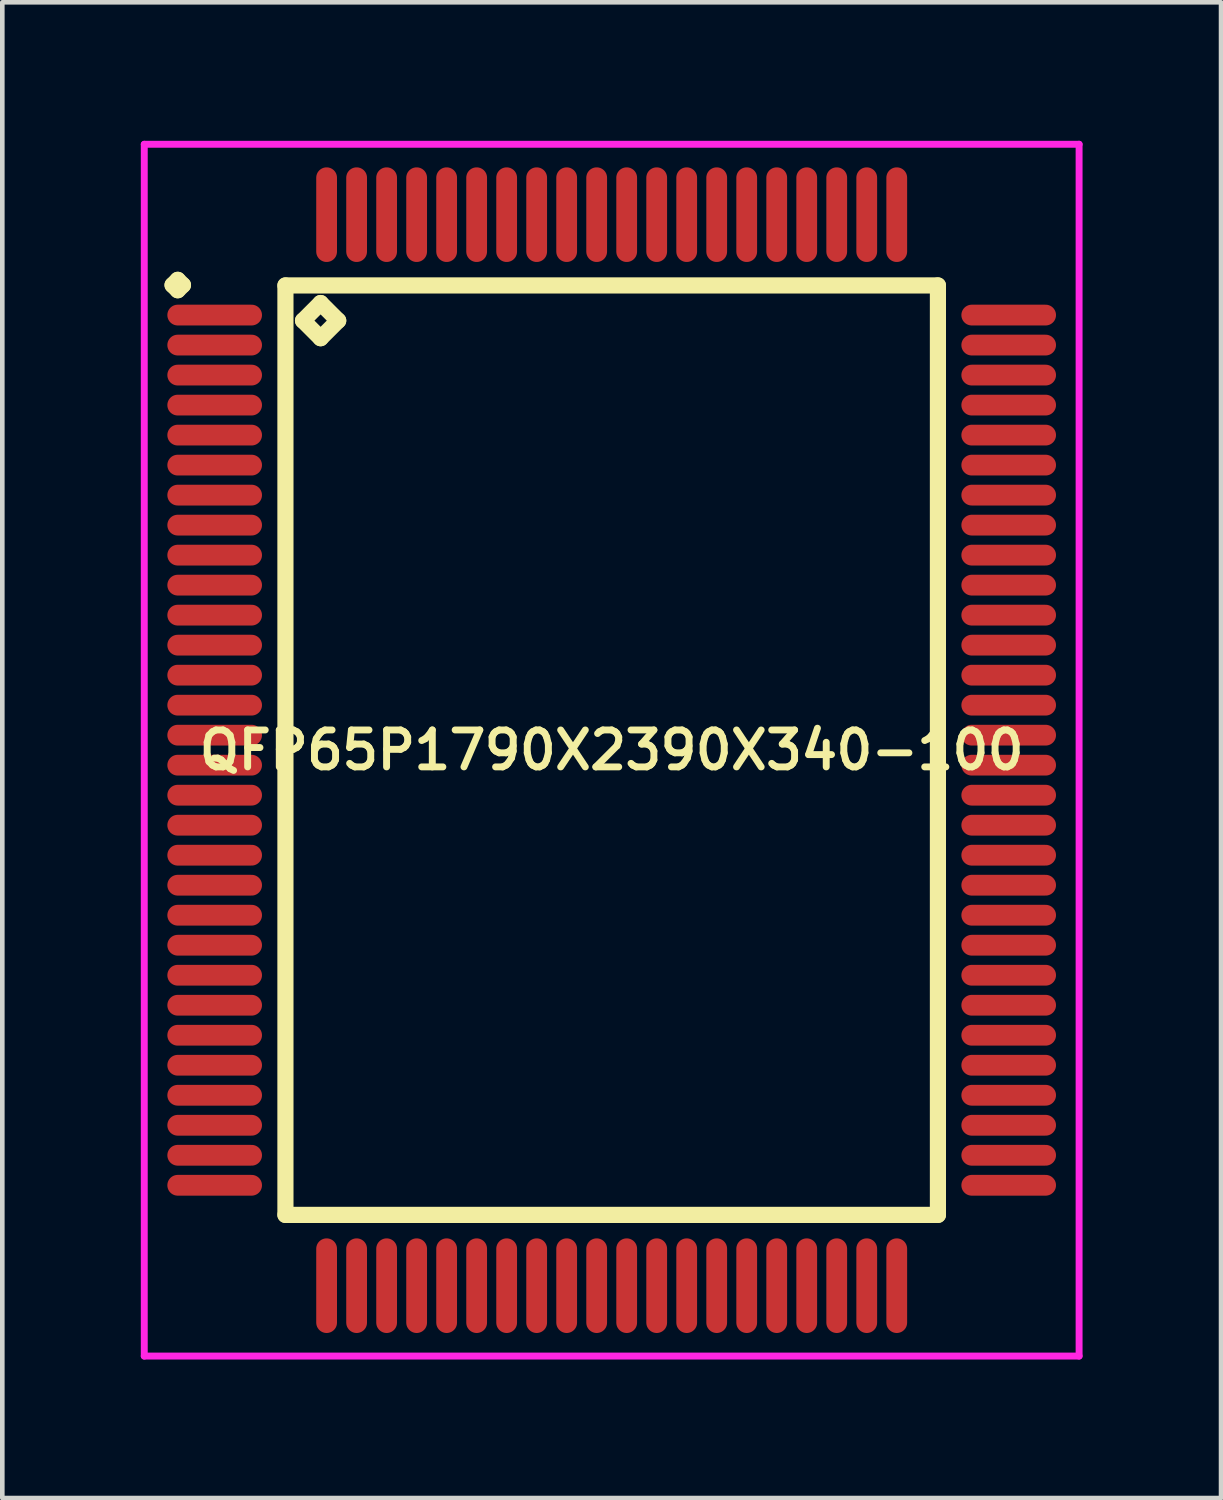
<source format=kicad_pcb>
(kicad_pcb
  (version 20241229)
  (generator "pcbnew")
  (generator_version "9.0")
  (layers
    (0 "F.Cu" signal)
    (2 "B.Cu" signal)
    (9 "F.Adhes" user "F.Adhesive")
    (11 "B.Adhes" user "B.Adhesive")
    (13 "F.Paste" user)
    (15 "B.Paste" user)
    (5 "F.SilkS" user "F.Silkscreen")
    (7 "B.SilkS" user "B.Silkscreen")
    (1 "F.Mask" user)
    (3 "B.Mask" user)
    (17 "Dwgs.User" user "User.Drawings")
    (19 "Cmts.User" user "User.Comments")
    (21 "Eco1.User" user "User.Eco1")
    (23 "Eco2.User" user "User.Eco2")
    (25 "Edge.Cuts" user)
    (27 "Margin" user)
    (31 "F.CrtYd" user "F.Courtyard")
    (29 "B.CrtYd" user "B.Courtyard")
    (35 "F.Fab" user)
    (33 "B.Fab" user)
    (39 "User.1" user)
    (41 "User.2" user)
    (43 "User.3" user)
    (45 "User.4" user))
  (footprint "QFP65P1790X2390X340-100"
    (layer "F.Cu")
    (at 10.2 13.2)
    (property "Reference" "QFP65P1790X2390X340-100" (at 0 0 0) (layer "F.SilkS") (effects (font (size 0.8 0.8) (thickness 0.15))))
    (attr smd)
    (fp_line (start -9.512 -10.075) (end -9.4 -10.188) (stroke (width 0.35) (type solid)) (layer "F.SilkS"))
    (fp_line (start -9.4 -10.188) (end -9.287 -10.075) (stroke (width 0.35) (type solid)) (layer "F.SilkS"))
    (fp_line (start -9.4 -9.963) (end -9.512 -10.075) (stroke (width 0.35) (type solid)) (layer "F.SilkS"))
    (fp_line (start -9.287 -10.075) (end -9.4 -9.963) (stroke (width 0.35) (type solid)) (layer "F.SilkS"))
    (fp_line (start -7.067 -10.067) (end -7.067 10.067) (stroke (width 0.35) (type solid)) (layer "F.SilkS"))
    (fp_line (start -7.067 10.067) (end 7.067 10.067) (stroke (width 0.35) (type solid)) (layer "F.SilkS"))
    (fp_line (start -6.686 -9.305) (end -6.305 -9.686) (stroke (width 0.35) (type solid)) (layer "F.SilkS"))
    (fp_line (start -6.305 -9.686) (end -5.924 -9.305) (stroke (width 0.35) (type solid)) (layer "F.SilkS"))
    (fp_line (start -6.305 -8.924) (end -6.686 -9.305) (stroke (width 0.35) (type solid)) (layer "F.SilkS"))
    (fp_line (start -5.924 -9.305) (end -6.305 -8.924) (stroke (width 0.35) (type solid)) (layer "F.SilkS"))
    (fp_line (start 7.067 -10.067) (end -7.067 -10.067) (stroke (width 0.35) (type solid)) (layer "F.SilkS"))
    (fp_line (start 7.067 10.067) (end 7.067 -10.067) (stroke (width 0.35) (type solid)) (layer "F.SilkS"))
    (fp_line (start -10.125 -13.125) (end 10.125 -13.125) (stroke (width 0.15) (type solid)) (layer "F.CrtYd"))
    (fp_line (start -10.125 13.125) (end -10.125 -13.125) (stroke (width 0.15) (type solid)) (layer "F.CrtYd"))
    (fp_line (start 10.125 -13.125) (end 10.125 13.125) (stroke (width 0.15) (type solid)) (layer "F.CrtYd"))
    (fp_line (start 10.125 13.125) (end -10.125 13.125) (stroke (width 0.15) (type solid)) (layer "F.CrtYd"))
    (pad "1" smd oval (at -8.6 -9.425) (size 2.05 0.45) (layers "F.Cu" "F.Mask" "F.Paste"))
    (pad "2" smd oval (at -8.6 -8.775) (size 2.05 0.45) (layers "F.Cu" "F.Mask" "F.Paste"))
    (pad "3" smd oval (at -8.6 -8.125) (size 2.05 0.45) (layers "F.Cu" "F.Mask" "F.Paste"))
    (pad "4" smd oval (at -8.6 -7.475) (size 2.05 0.45) (layers "F.Cu" "F.Mask" "F.Paste"))
    (pad "5" smd oval (at -8.6 -6.825) (size 2.05 0.45) (layers "F.Cu" "F.Mask" "F.Paste"))
    (pad "6" smd oval (at -8.6 -6.175) (size 2.05 0.45) (layers "F.Cu" "F.Mask" "F.Paste"))
    (pad "7" smd oval (at -8.6 -5.525) (size 2.05 0.45) (layers "F.Cu" "F.Mask" "F.Paste"))
    (pad "8" smd oval (at -8.6 -4.875) (size 2.05 0.45) (layers "F.Cu" "F.Mask" "F.Paste"))
    (pad "9" smd oval (at -8.6 -4.225) (size 2.05 0.45) (layers "F.Cu" "F.Mask" "F.Paste"))
    (pad "10" smd oval (at -8.6 -3.575) (size 2.05 0.45) (layers "F.Cu" "F.Mask" "F.Paste"))
    (pad "11" smd oval (at -8.6 -2.925) (size 2.05 0.45) (layers "F.Cu" "F.Mask" "F.Paste"))
    (pad "12" smd oval (at -8.6 -2.275) (size 2.05 0.45) (layers "F.Cu" "F.Mask" "F.Paste"))
    (pad "13" smd oval (at -8.6 -1.625) (size 2.05 0.45) (layers "F.Cu" "F.Mask" "F.Paste"))
    (pad "14" smd oval (at -8.6 -0.975) (size 2.05 0.45) (layers "F.Cu" "F.Mask" "F.Paste"))
    (pad "15" smd oval (at -8.6 -0.325) (size 2.05 0.45) (layers "F.Cu" "F.Mask" "F.Paste"))
    (pad "16" smd oval (at -8.6 0.325) (size 2.05 0.45) (layers "F.Cu" "F.Mask" "F.Paste"))
    (pad "17" smd oval (at -8.6 0.975) (size 2.05 0.45) (layers "F.Cu" "F.Mask" "F.Paste"))
    (pad "18" smd oval (at -8.6 1.625) (size 2.05 0.45) (layers "F.Cu" "F.Mask" "F.Paste"))
    (pad "19" smd oval (at -8.6 2.275) (size 2.05 0.45) (layers "F.Cu" "F.Mask" "F.Paste"))
    (pad "20" smd oval (at -8.6 2.925) (size 2.05 0.45) (layers "F.Cu" "F.Mask" "F.Paste"))
    (pad "21" smd oval (at -8.6 3.575) (size 2.05 0.45) (layers "F.Cu" "F.Mask" "F.Paste"))
    (pad "22" smd oval (at -8.6 4.225) (size 2.05 0.45) (layers "F.Cu" "F.Mask" "F.Paste"))
    (pad "23" smd oval (at -8.6 4.875) (size 2.05 0.45) (layers "F.Cu" "F.Mask" "F.Paste"))
    (pad "24" smd oval (at -8.6 5.525) (size 2.05 0.45) (layers "F.Cu" "F.Mask" "F.Paste"))
    (pad "25" smd oval (at -8.6 6.175) (size 2.05 0.45) (layers "F.Cu" "F.Mask" "F.Paste"))
    (pad "26" smd oval (at -8.6 6.825) (size 2.05 0.45) (layers "F.Cu" "F.Mask" "F.Paste"))
    (pad "27" smd oval (at -8.6 7.475) (size 2.05 0.45) (layers "F.Cu" "F.Mask" "F.Paste"))
    (pad "28" smd oval (at -8.6 8.125) (size 2.05 0.45) (layers "F.Cu" "F.Mask" "F.Paste"))
    (pad "29" smd oval (at -8.6 8.775) (size 2.05 0.45) (layers "F.Cu" "F.Mask" "F.Paste"))
    (pad "30" smd oval (at -8.6 9.425) (size 2.05 0.45) (layers "F.Cu" "F.Mask" "F.Paste"))
    (pad "31" smd oval (at -6.175 11.6) (size 0.45 2.05) (layers "F.Cu" "F.Mask" "F.Paste"))
    (pad "32" smd oval (at -5.525 11.6) (size 0.45 2.05) (layers "F.Cu" "F.Mask" "F.Paste"))
    (pad "33" smd oval (at -4.875 11.6) (size 0.45 2.05) (layers "F.Cu" "F.Mask" "F.Paste"))
    (pad "34" smd oval (at -4.225 11.6) (size 0.45 2.05) (layers "F.Cu" "F.Mask" "F.Paste"))
    (pad "35" smd oval (at -3.575 11.6) (size 0.45 2.05) (layers "F.Cu" "F.Mask" "F.Paste"))
    (pad "36" smd oval (at -2.925 11.6) (size 0.45 2.05) (layers "F.Cu" "F.Mask" "F.Paste"))
    (pad "37" smd oval (at -2.275 11.6) (size 0.45 2.05) (layers "F.Cu" "F.Mask" "F.Paste"))
    (pad "38" smd oval (at -1.625 11.6) (size 0.45 2.05) (layers "F.Cu" "F.Mask" "F.Paste"))
    (pad "39" smd oval (at -0.975 11.6) (size 0.45 2.05) (layers "F.Cu" "F.Mask" "F.Paste"))
    (pad "40" smd oval (at -0.325 11.6) (size 0.45 2.05) (layers "F.Cu" "F.Mask" "F.Paste"))
    (pad "41" smd oval (at 0.325 11.6) (size 0.45 2.05) (layers "F.Cu" "F.Mask" "F.Paste"))
    (pad "42" smd oval (at 0.975 11.6) (size 0.45 2.05) (layers "F.Cu" "F.Mask" "F.Paste"))
    (pad "43" smd oval (at 1.625 11.6) (size 0.45 2.05) (layers "F.Cu" "F.Mask" "F.Paste"))
    (pad "44" smd oval (at 2.275 11.6) (size 0.45 2.05) (layers "F.Cu" "F.Mask" "F.Paste"))
    (pad "45" smd oval (at 2.925 11.6) (size 0.45 2.05) (layers "F.Cu" "F.Mask" "F.Paste"))
    (pad "46" smd oval (at 3.575 11.6) (size 0.45 2.05) (layers "F.Cu" "F.Mask" "F.Paste"))
    (pad "47" smd oval (at 4.225 11.6) (size 0.45 2.05) (layers "F.Cu" "F.Mask" "F.Paste"))
    (pad "48" smd oval (at 4.875 11.6) (size 0.45 2.05) (layers "F.Cu" "F.Mask" "F.Paste"))
    (pad "49" smd oval (at 5.525 11.6) (size 0.45 2.05) (layers "F.Cu" "F.Mask" "F.Paste"))
    (pad "50" smd oval (at 6.175 11.6) (size 0.45 2.05) (layers "F.Cu" "F.Mask" "F.Paste"))
    (pad "51" smd oval (at 8.6 9.425) (size 2.05 0.45) (layers "F.Cu" "F.Mask" "F.Paste"))
    (pad "52" smd oval (at 8.6 8.775) (size 2.05 0.45) (layers "F.Cu" "F.Mask" "F.Paste"))
    (pad "53" smd oval (at 8.6 8.125) (size 2.05 0.45) (layers "F.Cu" "F.Mask" "F.Paste"))
    (pad "54" smd oval (at 8.6 7.475) (size 2.05 0.45) (layers "F.Cu" "F.Mask" "F.Paste"))
    (pad "55" smd oval (at 8.6 6.825) (size 2.05 0.45) (layers "F.Cu" "F.Mask" "F.Paste"))
    (pad "56" smd oval (at 8.6 6.175) (size 2.05 0.45) (layers "F.Cu" "F.Mask" "F.Paste"))
    (pad "57" smd oval (at 8.6 5.525) (size 2.05 0.45) (layers "F.Cu" "F.Mask" "F.Paste"))
    (pad "58" smd oval (at 8.6 4.875) (size 2.05 0.45) (layers "F.Cu" "F.Mask" "F.Paste"))
    (pad "59" smd oval (at 8.6 4.225) (size 2.05 0.45) (layers "F.Cu" "F.Mask" "F.Paste"))
    (pad "60" smd oval (at 8.6 3.575) (size 2.05 0.45) (layers "F.Cu" "F.Mask" "F.Paste"))
    (pad "61" smd oval (at 8.6 2.925) (size 2.05 0.45) (layers "F.Cu" "F.Mask" "F.Paste"))
    (pad "62" smd oval (at 8.6 2.275) (size 2.05 0.45) (layers "F.Cu" "F.Mask" "F.Paste"))
    (pad "63" smd oval (at 8.6 1.625) (size 2.05 0.45) (layers "F.Cu" "F.Mask" "F.Paste"))
    (pad "64" smd oval (at 8.6 0.975) (size 2.05 0.45) (layers "F.Cu" "F.Mask" "F.Paste"))
    (pad "65" smd oval (at 8.6 0.325) (size 2.05 0.45) (layers "F.Cu" "F.Mask" "F.Paste"))
    (pad "66" smd oval (at 8.6 -0.325) (size 2.05 0.45) (layers "F.Cu" "F.Mask" "F.Paste"))
    (pad "67" smd oval (at 8.6 -0.975) (size 2.05 0.45) (layers "F.Cu" "F.Mask" "F.Paste"))
    (pad "68" smd oval (at 8.6 -1.625) (size 2.05 0.45) (layers "F.Cu" "F.Mask" "F.Paste"))
    (pad "69" smd oval (at 8.6 -2.275) (size 2.05 0.45) (layers "F.Cu" "F.Mask" "F.Paste"))
    (pad "70" smd oval (at 8.6 -2.925) (size 2.05 0.45) (layers "F.Cu" "F.Mask" "F.Paste"))
    (pad "71" smd oval (at 8.6 -3.575) (size 2.05 0.45) (layers "F.Cu" "F.Mask" "F.Paste"))
    (pad "72" smd oval (at 8.6 -4.225) (size 2.05 0.45) (layers "F.Cu" "F.Mask" "F.Paste"))
    (pad "73" smd oval (at 8.6 -4.875) (size 2.05 0.45) (layers "F.Cu" "F.Mask" "F.Paste"))
    (pad "74" smd oval (at 8.6 -5.525) (size 2.05 0.45) (layers "F.Cu" "F.Mask" "F.Paste"))
    (pad "75" smd oval (at 8.6 -6.175) (size 2.05 0.45) (layers "F.Cu" "F.Mask" "F.Paste"))
    (pad "76" smd oval (at 8.6 -6.825) (size 2.05 0.45) (layers "F.Cu" "F.Mask" "F.Paste"))
    (pad "77" smd oval (at 8.6 -7.475) (size 2.05 0.45) (layers "F.Cu" "F.Mask" "F.Paste"))
    (pad "78" smd oval (at 8.6 -8.125) (size 2.05 0.45) (layers "F.Cu" "F.Mask" "F.Paste"))
    (pad "79" smd oval (at 8.6 -8.775) (size 2.05 0.45) (layers "F.Cu" "F.Mask" "F.Paste"))
    (pad "80" smd oval (at 8.6 -9.425) (size 2.05 0.45) (layers "F.Cu" "F.Mask" "F.Paste"))
    (pad "81" smd oval (at 6.175 -11.6) (size 0.45 2.05) (layers "F.Cu" "F.Mask" "F.Paste"))
    (pad "82" smd oval (at 5.525 -11.6) (size 0.45 2.05) (layers "F.Cu" "F.Mask" "F.Paste"))
    (pad "83" smd oval (at 4.875 -11.6) (size 0.45 2.05) (layers "F.Cu" "F.Mask" "F.Paste"))
    (pad "84" smd oval (at 4.225 -11.6) (size 0.45 2.05) (layers "F.Cu" "F.Mask" "F.Paste"))
    (pad "85" smd oval (at 3.575 -11.6) (size 0.45 2.05) (layers "F.Cu" "F.Mask" "F.Paste"))
    (pad "86" smd oval (at 2.925 -11.6) (size 0.45 2.05) (layers "F.Cu" "F.Mask" "F.Paste"))
    (pad "87" smd oval (at 2.275 -11.6) (size 0.45 2.05) (layers "F.Cu" "F.Mask" "F.Paste"))
    (pad "88" smd oval (at 1.625 -11.6) (size 0.45 2.05) (layers "F.Cu" "F.Mask" "F.Paste"))
    (pad "89" smd oval (at 0.975 -11.6) (size 0.45 2.05) (layers "F.Cu" "F.Mask" "F.Paste"))
    (pad "90" smd oval (at 0.325 -11.6) (size 0.45 2.05) (layers "F.Cu" "F.Mask" "F.Paste"))
    (pad "91" smd oval (at -0.325 -11.6) (size 0.45 2.05) (layers "F.Cu" "F.Mask" "F.Paste"))
    (pad "92" smd oval (at -0.975 -11.6) (size 0.45 2.05) (layers "F.Cu" "F.Mask" "F.Paste"))
    (pad "93" smd oval (at -1.625 -11.6) (size 0.45 2.05) (layers "F.Cu" "F.Mask" "F.Paste"))
    (pad "94" smd oval (at -2.275 -11.6) (size 0.45 2.05) (layers "F.Cu" "F.Mask" "F.Paste"))
    (pad "95" smd oval (at -2.925 -11.6) (size 0.45 2.05) (layers "F.Cu" "F.Mask" "F.Paste"))
    (pad "96" smd oval (at -3.575 -11.6) (size 0.45 2.05) (layers "F.Cu" "F.Mask" "F.Paste"))
    (pad "97" smd oval (at -4.225 -11.6) (size 0.45 2.05) (layers "F.Cu" "F.Mask" "F.Paste"))
    (pad "98" smd oval (at -4.875 -11.6) (size 0.45 2.05) (layers "F.Cu" "F.Mask" "F.Paste"))
    (pad "99" smd oval (at -5.525 -11.6) (size 0.45 2.05) (layers "F.Cu" "F.Mask" "F.Paste"))
    (pad "100" smd oval (at -6.175 -11.6) (size 0.45 2.05) (layers "F.Cu" "F.Mask" "F.Paste")))
  (gr_rect
    (start -3 -3)
    (end 23.4 29.4)
    (stroke (width 0.1) (type default))
    (fill no)
    (layer "Edge.Cuts")))
</source>
